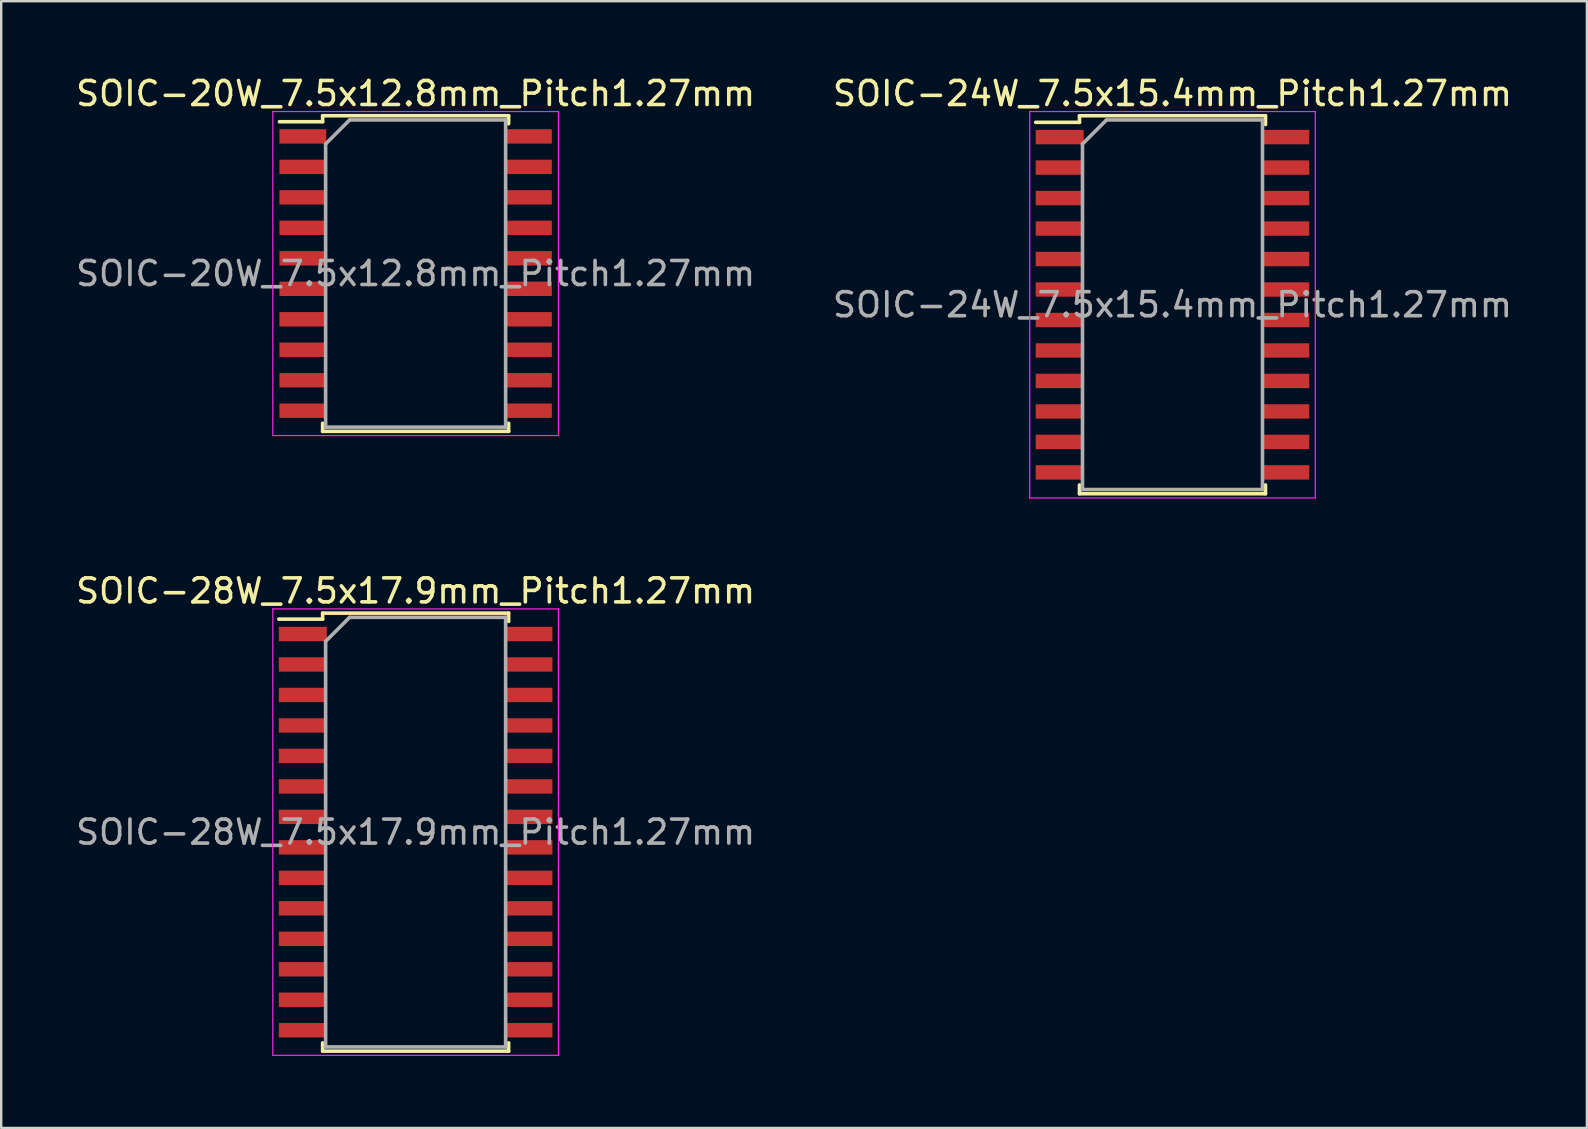
<source format=kicad_pcb>
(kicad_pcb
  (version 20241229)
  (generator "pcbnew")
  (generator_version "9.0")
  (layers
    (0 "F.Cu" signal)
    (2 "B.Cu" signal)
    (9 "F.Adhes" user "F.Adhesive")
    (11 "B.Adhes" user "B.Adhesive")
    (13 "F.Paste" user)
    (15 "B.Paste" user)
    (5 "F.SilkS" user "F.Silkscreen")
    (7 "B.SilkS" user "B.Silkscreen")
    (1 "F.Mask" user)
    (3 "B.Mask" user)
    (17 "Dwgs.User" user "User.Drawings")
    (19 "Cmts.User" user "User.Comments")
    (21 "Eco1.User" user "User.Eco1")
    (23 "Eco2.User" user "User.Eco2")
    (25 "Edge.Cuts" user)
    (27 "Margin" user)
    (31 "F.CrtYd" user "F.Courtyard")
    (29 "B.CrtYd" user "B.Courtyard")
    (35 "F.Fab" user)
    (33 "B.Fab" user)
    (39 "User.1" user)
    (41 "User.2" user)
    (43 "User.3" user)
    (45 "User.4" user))
  (footprint "SOIC-24W_7.5x15.4mm_Pitch1.27mm"
    (layer "F.Cu")
    (at 45.804 9.648)
    (property "Reference" "SOIC-24W_7.5x15.4mm_Pitch1.27mm" (at 0 -8.8 0) (layer "F.SilkS") (effects (font (size 1 1) (thickness 0.15))))
    (attr smd)
    (fp_line (start -3.875 -7.875) (end -3.875 -7.6) (stroke (width 0.15) (type solid)) (layer "F.SilkS"))
    (fp_line (start -3.875 -7.875) (end 3.875 -7.875) (stroke (width 0.15) (type solid)) (layer "F.SilkS"))
    (fp_line (start -3.875 -7.6) (end -5.7 -7.6) (stroke (width 0.15) (type solid)) (layer "F.SilkS"))
    (fp_line (start -3.875 7.875) (end -3.875 7.51) (stroke (width 0.15) (type solid)) (layer "F.SilkS"))
    (fp_line (start -3.875 7.875) (end 3.875 7.875) (stroke (width 0.15) (type solid)) (layer "F.SilkS"))
    (fp_line (start 3.875 -7.875) (end 3.875 -7.51) (stroke (width 0.15) (type solid)) (layer "F.SilkS"))
    (fp_line (start 3.875 7.875) (end 3.875 7.51) (stroke (width 0.15) (type solid)) (layer "F.SilkS"))
    (fp_line (start -5.95 -8.05) (end -5.95 8.05) (stroke (width 0.05) (type solid)) (layer "F.CrtYd"))
    (fp_line (start -5.95 -8.05) (end 5.95 -8.05) (stroke (width 0.05) (type solid)) (layer "F.CrtYd"))
    (fp_line (start -5.95 8.05) (end 5.95 8.05) (stroke (width 0.05) (type solid)) (layer "F.CrtYd"))
    (fp_line (start 5.95 -8.05) (end 5.95 8.05) (stroke (width 0.05) (type solid)) (layer "F.CrtYd"))
    (fp_line (start -3.75 -6.7) (end -2.75 -7.7) (stroke (width 0.15) (type solid)) (layer "F.Fab"))
    (fp_line (start -3.75 7.7) (end -3.75 -6.7) (stroke (width 0.15) (type solid)) (layer "F.Fab"))
    (fp_line (start -2.75 -7.7) (end 3.75 -7.7) (stroke (width 0.15) (type solid)) (layer "F.Fab"))
    (fp_line (start 3.75 -7.7) (end 3.75 7.7) (stroke (width 0.15) (type solid)) (layer "F.Fab"))
    (fp_line (start 3.75 7.7) (end -3.75 7.7) (stroke (width 0.15) (type solid)) (layer "F.Fab"))
    (fp_text user "${REFERENCE}" (at 0 0 0) (layer "F.Fab") (effects (font (size 1 1) (thickness 0.15))))
    (pad "1" smd rect (at -4.7 -6.985) (size 2 0.6) (layers "F.Cu" "F.Mask" "F.Paste"))
    (pad "2" smd rect (at -4.7 -5.715) (size 2 0.6) (layers "F.Cu" "F.Mask" "F.Paste"))
    (pad "3" smd rect (at -4.7 -4.445) (size 2 0.6) (layers "F.Cu" "F.Mask" "F.Paste"))
    (pad "4" smd rect (at -4.7 -3.175) (size 2 0.6) (layers "F.Cu" "F.Mask" "F.Paste"))
    (pad "5" smd rect (at -4.7 -1.905) (size 2 0.6) (layers "F.Cu" "F.Mask" "F.Paste"))
    (pad "6" smd rect (at -4.7 -0.635) (size 2 0.6) (layers "F.Cu" "F.Mask" "F.Paste"))
    (pad "7" smd rect (at -4.7 0.635) (size 2 0.6) (layers "F.Cu" "F.Mask" "F.Paste"))
    (pad "8" smd rect (at -4.7 1.905) (size 2 0.6) (layers "F.Cu" "F.Mask" "F.Paste"))
    (pad "9" smd rect (at -4.7 3.175) (size 2 0.6) (layers "F.Cu" "F.Mask" "F.Paste"))
    (pad "10" smd rect (at -4.7 4.445) (size 2 0.6) (layers "F.Cu" "F.Mask" "F.Paste"))
    (pad "11" smd rect (at -4.7 5.715) (size 2 0.6) (layers "F.Cu" "F.Mask" "F.Paste"))
    (pad "12" smd rect (at -4.7 6.985) (size 2 0.6) (layers "F.Cu" "F.Mask" "F.Paste"))
    (pad "13" smd rect (at 4.7 6.985) (size 2 0.6) (layers "F.Cu" "F.Mask" "F.Paste"))
    (pad "14" smd rect (at 4.7 5.715) (size 2 0.6) (layers "F.Cu" "F.Mask" "F.Paste"))
    (pad "15" smd rect (at 4.7 4.445) (size 2 0.6) (layers "F.Cu" "F.Mask" "F.Paste"))
    (pad "16" smd rect (at 4.7 3.175) (size 2 0.6) (layers "F.Cu" "F.Mask" "F.Paste"))
    (pad "17" smd rect (at 4.7 1.905) (size 2 0.6) (layers "F.Cu" "F.Mask" "F.Paste"))
    (pad "18" smd rect (at 4.7 0.635) (size 2 0.6) (layers "F.Cu" "F.Mask" "F.Paste"))
    (pad "19" smd rect (at 4.7 -0.635) (size 2 0.6) (layers "F.Cu" "F.Mask" "F.Paste"))
    (pad "20" smd rect (at 4.7 -1.905) (size 2 0.6) (layers "F.Cu" "F.Mask" "F.Paste"))
    (pad "21" smd rect (at 4.7 -3.175) (size 2 0.6) (layers "F.Cu" "F.Mask" "F.Paste"))
    (pad "22" smd rect (at 4.7 -4.445) (size 2 0.6) (layers "F.Cu" "F.Mask" "F.Paste"))
    (pad "23" smd rect (at 4.7 -5.715) (size 2 0.6) (layers "F.Cu" "F.Mask" "F.Paste"))
    (pad "24" smd rect (at 4.7 -6.985) (size 2 0.6) (layers "F.Cu" "F.Mask" "F.Paste")))
  (footprint "SOIC-28W_7.5x17.9mm_Pitch1.27mm"
    (layer "F.Cu")
    (at 14.268 31.622)
    (property "Reference" "SOIC-28W_7.5x17.9mm_Pitch1.27mm" (at 0 -10.05 0) (layer "F.SilkS") (effects (font (size 1 1) (thickness 0.15))))
    (attr smd)
    (fp_line (start -3.875 -9.125) (end -3.875 -8.875) (stroke (width 0.15) (type solid)) (layer "F.SilkS"))
    (fp_line (start -3.875 -9.125) (end 3.875 -9.125) (stroke (width 0.15) (type solid)) (layer "F.SilkS"))
    (fp_line (start -3.875 -8.875) (end -5.7 -8.875) (stroke (width 0.15) (type solid)) (layer "F.SilkS"))
    (fp_line (start -3.875 9.125) (end -3.875 8.78) (stroke (width 0.15) (type solid)) (layer "F.SilkS"))
    (fp_line (start -3.875 9.125) (end 3.875 9.125) (stroke (width 0.15) (type solid)) (layer "F.SilkS"))
    (fp_line (start 3.875 -9.125) (end 3.875 -8.78) (stroke (width 0.15) (type solid)) (layer "F.SilkS"))
    (fp_line (start 3.875 9.125) (end 3.875 8.78) (stroke (width 0.15) (type solid)) (layer "F.SilkS"))
    (fp_line (start -5.95 -9.3) (end -5.95 9.3) (stroke (width 0.05) (type solid)) (layer "F.CrtYd"))
    (fp_line (start -5.95 -9.3) (end 5.95 -9.3) (stroke (width 0.05) (type solid)) (layer "F.CrtYd"))
    (fp_line (start -5.95 9.3) (end 5.95 9.3) (stroke (width 0.05) (type solid)) (layer "F.CrtYd"))
    (fp_line (start 5.95 -9.3) (end 5.95 9.3) (stroke (width 0.05) (type solid)) (layer "F.CrtYd"))
    (fp_line (start -3.75 -7.95) (end -2.75 -8.95) (stroke (width 0.15) (type solid)) (layer "F.Fab"))
    (fp_line (start -3.75 8.95) (end -3.75 -7.95) (stroke (width 0.15) (type solid)) (layer "F.Fab"))
    (fp_line (start -2.75 -8.95) (end 3.75 -8.95) (stroke (width 0.15) (type solid)) (layer "F.Fab"))
    (fp_line (start 3.75 -8.95) (end 3.75 8.95) (stroke (width 0.15) (type solid)) (layer "F.Fab"))
    (fp_line (start 3.75 8.95) (end -3.75 8.95) (stroke (width 0.15) (type solid)) (layer "F.Fab"))
    (fp_text user "${REFERENCE}" (at 0 0 0) (layer "F.Fab") (effects (font (size 1 1) (thickness 0.15))))
    (pad "1" smd rect (at -4.7 -8.255) (size 2 0.6) (layers "F.Cu" "F.Mask" "F.Paste"))
    (pad "2" smd rect (at -4.7 -6.985) (size 2 0.6) (layers "F.Cu" "F.Mask" "F.Paste"))
    (pad "3" smd rect (at -4.7 -5.715) (size 2 0.6) (layers "F.Cu" "F.Mask" "F.Paste"))
    (pad "4" smd rect (at -4.7 -4.445) (size 2 0.6) (layers "F.Cu" "F.Mask" "F.Paste"))
    (pad "5" smd rect (at -4.7 -3.175) (size 2 0.6) (layers "F.Cu" "F.Mask" "F.Paste"))
    (pad "6" smd rect (at -4.7 -1.905) (size 2 0.6) (layers "F.Cu" "F.Mask" "F.Paste"))
    (pad "7" smd rect (at -4.7 -0.635) (size 2 0.6) (layers "F.Cu" "F.Mask" "F.Paste"))
    (pad "8" smd rect (at -4.7 0.635) (size 2 0.6) (layers "F.Cu" "F.Mask" "F.Paste"))
    (pad "9" smd rect (at -4.7 1.905) (size 2 0.6) (layers "F.Cu" "F.Mask" "F.Paste"))
    (pad "10" smd rect (at -4.7 3.175) (size 2 0.6) (layers "F.Cu" "F.Mask" "F.Paste"))
    (pad "11" smd rect (at -4.7 4.445) (size 2 0.6) (layers "F.Cu" "F.Mask" "F.Paste"))
    (pad "12" smd rect (at -4.7 5.715) (size 2 0.6) (layers "F.Cu" "F.Mask" "F.Paste"))
    (pad "13" smd rect (at -4.7 6.985) (size 2 0.6) (layers "F.Cu" "F.Mask" "F.Paste"))
    (pad "14" smd rect (at -4.7 8.255) (size 2 0.6) (layers "F.Cu" "F.Mask" "F.Paste"))
    (pad "15" smd rect (at 4.7 8.255) (size 2 0.6) (layers "F.Cu" "F.Mask" "F.Paste"))
    (pad "16" smd rect (at 4.7 6.985) (size 2 0.6) (layers "F.Cu" "F.Mask" "F.Paste"))
    (pad "17" smd rect (at 4.7 5.715) (size 2 0.6) (layers "F.Cu" "F.Mask" "F.Paste"))
    (pad "18" smd rect (at 4.7 4.445) (size 2 0.6) (layers "F.Cu" "F.Mask" "F.Paste"))
    (pad "19" smd rect (at 4.7 3.175) (size 2 0.6) (layers "F.Cu" "F.Mask" "F.Paste"))
    (pad "20" smd rect (at 4.7 1.905) (size 2 0.6) (layers "F.Cu" "F.Mask" "F.Paste"))
    (pad "21" smd rect (at 4.7 0.635) (size 2 0.6) (layers "F.Cu" "F.Mask" "F.Paste"))
    (pad "22" smd rect (at 4.7 -0.635) (size 2 0.6) (layers "F.Cu" "F.Mask" "F.Paste"))
    (pad "23" smd rect (at 4.7 -1.905) (size 2 0.6) (layers "F.Cu" "F.Mask" "F.Paste"))
    (pad "24" smd rect (at 4.7 -3.175) (size 2 0.6) (layers "F.Cu" "F.Mask" "F.Paste"))
    (pad "25" smd rect (at 4.7 -4.445) (size 2 0.6) (layers "F.Cu" "F.Mask" "F.Paste"))
    (pad "26" smd rect (at 4.7 -5.715) (size 2 0.6) (layers "F.Cu" "F.Mask" "F.Paste"))
    (pad "27" smd rect (at 4.7 -6.985) (size 2 0.6) (layers "F.Cu" "F.Mask" "F.Paste"))
    (pad "28" smd rect (at 4.7 -8.255) (size 2 0.6) (layers "F.Cu" "F.Mask" "F.Paste")))
  (footprint "SOIC-20W_7.5x12.8mm_Pitch1.27mm"
    (layer "F.Cu")
    (at 14.268 8.348)
    (property "Reference" "SOIC-20W_7.5x12.8mm_Pitch1.27mm" (at 0 -7.5 0) (layer "F.SilkS") (effects (font (size 1 1) (thickness 0.15))))
    (attr smd)
    (fp_line (start -3.875 -6.575) (end -3.875 -6.325) (stroke (width 0.15) (type solid)) (layer "F.SilkS"))
    (fp_line (start -3.875 -6.575) (end 3.875 -6.575) (stroke (width 0.15) (type solid)) (layer "F.SilkS"))
    (fp_line (start -3.875 -6.325) (end -5.675 -6.325) (stroke (width 0.15) (type solid)) (layer "F.SilkS"))
    (fp_line (start -3.875 6.575) (end -3.875 6.24) (stroke (width 0.15) (type solid)) (layer "F.SilkS"))
    (fp_line (start -3.875 6.575) (end 3.875 6.575) (stroke (width 0.15) (type solid)) (layer "F.SilkS"))
    (fp_line (start 3.875 -6.575) (end 3.875 -6.24) (stroke (width 0.15) (type solid)) (layer "F.SilkS"))
    (fp_line (start 3.875 6.575) (end 3.875 6.24) (stroke (width 0.15) (type solid)) (layer "F.SilkS"))
    (fp_line (start -5.95 -6.75) (end -5.95 6.75) (stroke (width 0.05) (type solid)) (layer "F.CrtYd"))
    (fp_line (start -5.95 -6.75) (end 5.95 -6.75) (stroke (width 0.05) (type solid)) (layer "F.CrtYd"))
    (fp_line (start -5.95 6.75) (end 5.95 6.75) (stroke (width 0.05) (type solid)) (layer "F.CrtYd"))
    (fp_line (start 5.95 -6.75) (end 5.95 6.75) (stroke (width 0.05) (type solid)) (layer "F.CrtYd"))
    (fp_line (start -3.75 -5.4) (end -2.75 -6.4) (stroke (width 0.15) (type solid)) (layer "F.Fab"))
    (fp_line (start -3.75 6.4) (end -3.75 -5.4) (stroke (width 0.15) (type solid)) (layer "F.Fab"))
    (fp_line (start -2.75 -6.4) (end 3.75 -6.4) (stroke (width 0.15) (type solid)) (layer "F.Fab"))
    (fp_line (start 3.75 -6.4) (end 3.75 6.4) (stroke (width 0.15) (type solid)) (layer "F.Fab"))
    (fp_line (start 3.75 6.4) (end -3.75 6.4) (stroke (width 0.15) (type solid)) (layer "F.Fab"))
    (fp_text user "${REFERENCE}" (at 0 0 0) (layer "F.Fab") (effects (font (size 1 1) (thickness 0.15))))
    (pad "1" smd rect (at -4.7 -5.715) (size 1.95 0.6) (layers "F.Cu" "F.Mask" "F.Paste"))
    (pad "2" smd rect (at -4.7 -4.445) (size 1.95 0.6) (layers "F.Cu" "F.Mask" "F.Paste"))
    (pad "3" smd rect (at -4.7 -3.175) (size 1.95 0.6) (layers "F.Cu" "F.Mask" "F.Paste"))
    (pad "4" smd rect (at -4.7 -1.905) (size 1.95 0.6) (layers "F.Cu" "F.Mask" "F.Paste"))
    (pad "5" smd rect (at -4.7 -0.635) (size 1.95 0.6) (layers "F.Cu" "F.Mask" "F.Paste"))
    (pad "6" smd rect (at -4.7 0.635) (size 1.95 0.6) (layers "F.Cu" "F.Mask" "F.Paste"))
    (pad "7" smd rect (at -4.7 1.905) (size 1.95 0.6) (layers "F.Cu" "F.Mask" "F.Paste"))
    (pad "8" smd rect (at -4.7 3.175) (size 1.95 0.6) (layers "F.Cu" "F.Mask" "F.Paste"))
    (pad "9" smd rect (at -4.7 4.445) (size 1.95 0.6) (layers "F.Cu" "F.Mask" "F.Paste"))
    (pad "10" smd rect (at -4.7 5.715) (size 1.95 0.6) (layers "F.Cu" "F.Mask" "F.Paste"))
    (pad "11" smd rect (at 4.7 5.715) (size 1.95 0.6) (layers "F.Cu" "F.Mask" "F.Paste"))
    (pad "12" smd rect (at 4.7 4.445) (size 1.95 0.6) (layers "F.Cu" "F.Mask" "F.Paste"))
    (pad "13" smd rect (at 4.7 3.175) (size 1.95 0.6) (layers "F.Cu" "F.Mask" "F.Paste"))
    (pad "14" smd rect (at 4.7 1.905) (size 1.95 0.6) (layers "F.Cu" "F.Mask" "F.Paste"))
    (pad "15" smd rect (at 4.7 0.635) (size 1.95 0.6) (layers "F.Cu" "F.Mask" "F.Paste"))
    (pad "16" smd rect (at 4.7 -0.635) (size 1.95 0.6) (layers "F.Cu" "F.Mask" "F.Paste"))
    (pad "17" smd rect (at 4.7 -1.905) (size 1.95 0.6) (layers "F.Cu" "F.Mask" "F.Paste"))
    (pad "18" smd rect (at 4.7 -3.175) (size 1.95 0.6) (layers "F.Cu" "F.Mask" "F.Paste"))
    (pad "19" smd rect (at 4.7 -4.445) (size 1.95 0.6) (layers "F.Cu" "F.Mask" "F.Paste"))
    (pad "20" smd rect (at 4.7 -5.715) (size 1.95 0.6) (layers "F.Cu" "F.Mask" "F.Paste")))
  (gr_rect
    (start -3 -3)
    (end 63.071 43.947)
    (stroke (width 0.1) (type default))
    (fill no)
    (layer "Edge.Cuts")))
</source>
